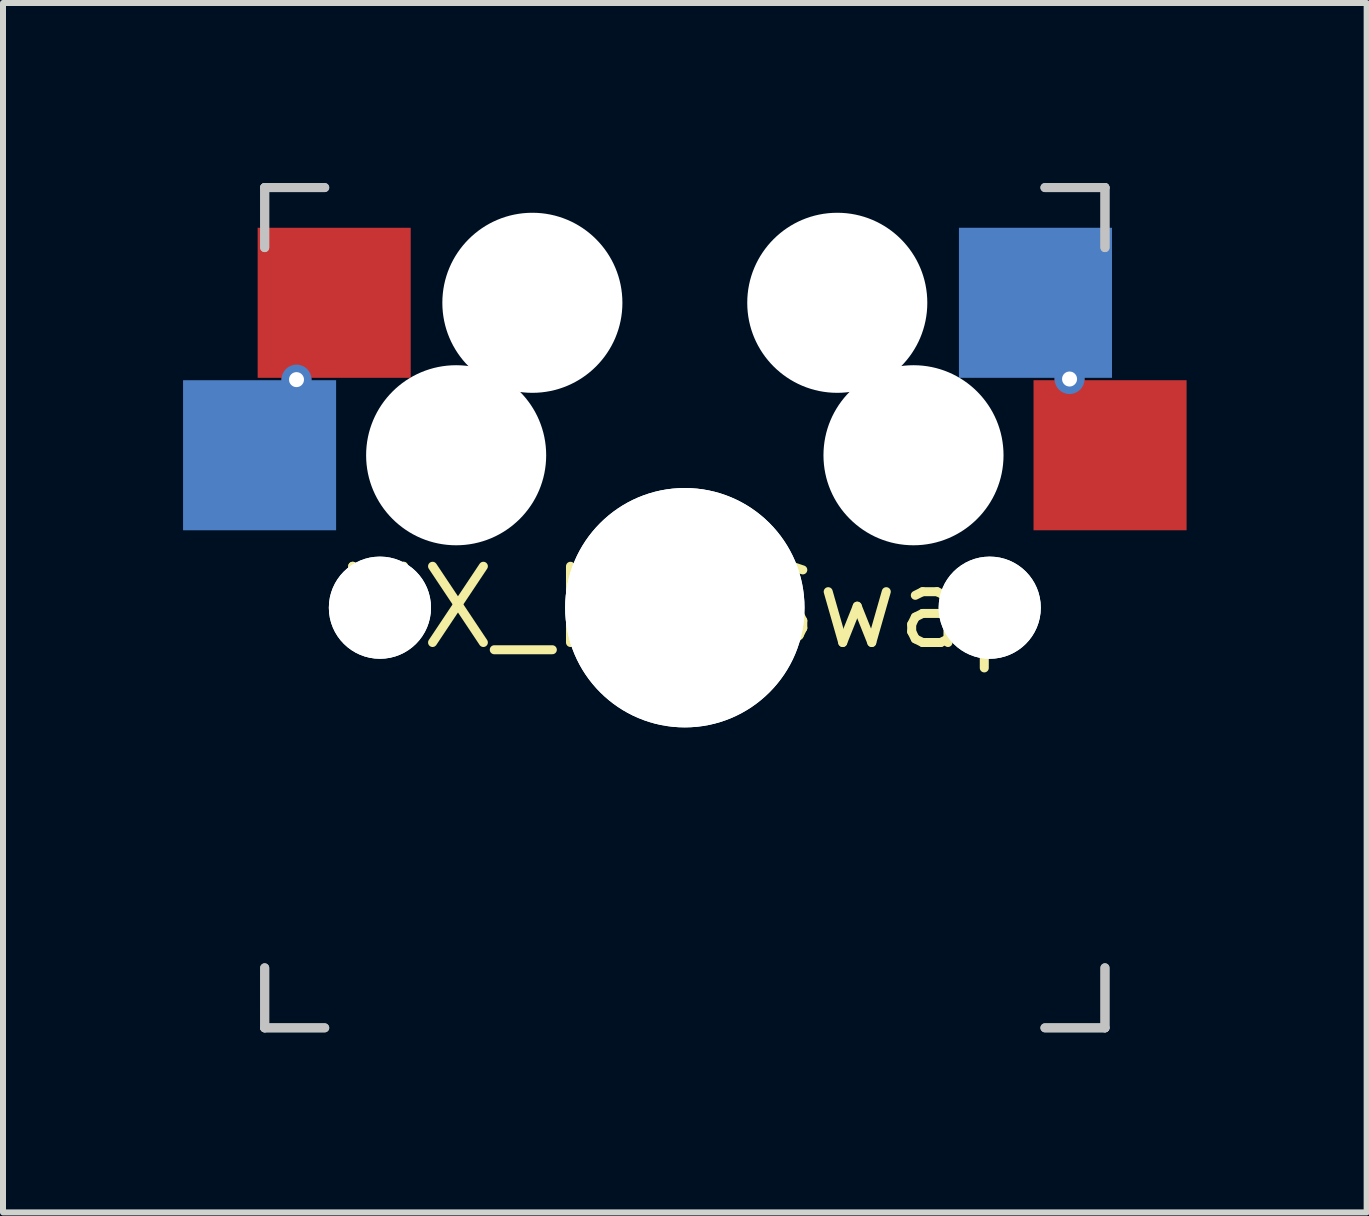
<source format=kicad_pcb>
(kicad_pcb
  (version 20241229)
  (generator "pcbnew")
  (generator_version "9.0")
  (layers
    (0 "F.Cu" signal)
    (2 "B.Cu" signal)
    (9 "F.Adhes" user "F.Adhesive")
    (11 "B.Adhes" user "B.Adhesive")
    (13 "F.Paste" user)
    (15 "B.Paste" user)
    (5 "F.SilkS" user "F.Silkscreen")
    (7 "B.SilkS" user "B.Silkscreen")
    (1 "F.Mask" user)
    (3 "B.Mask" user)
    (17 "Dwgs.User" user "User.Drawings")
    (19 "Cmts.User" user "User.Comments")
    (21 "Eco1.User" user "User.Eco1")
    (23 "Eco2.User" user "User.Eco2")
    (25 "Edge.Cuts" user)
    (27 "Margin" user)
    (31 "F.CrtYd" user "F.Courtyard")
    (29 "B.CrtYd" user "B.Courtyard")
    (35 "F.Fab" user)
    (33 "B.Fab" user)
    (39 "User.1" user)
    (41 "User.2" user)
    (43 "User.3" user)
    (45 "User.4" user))
  (footprint "MX_HotSwap"
    (layer "F.Cu")
    (at 8.36 7.075)
    (property "Reference" "MX_HotSwap" (at 0 0 0) (layer "F.SilkS") (effects (font (size 1.27 1.27) (thickness 0.15))))
    (attr through_hole)
    (fp_line (start -7 -7) (end -7 -6) (stroke (width 0.15) (type solid)) (layer "Dwgs.User"))
    (fp_line (start -7 -7) (end -6 -7) (stroke (width 0.15) (type solid)) (layer "Dwgs.User"))
    (fp_line (start -7 -6) (end -7 -7) (stroke (width 0.15) (type solid)) (layer "Dwgs.User"))
    (fp_line (start -7 6) (end -7 7) (stroke (width 0.15) (type solid)) (layer "Dwgs.User"))
    (fp_line (start -7 7) (end -7 6) (stroke (width 0.15) (type solid)) (layer "Dwgs.User"))
    (fp_line (start -7 7) (end -6 7) (stroke (width 0.15) (type solid)) (layer "Dwgs.User"))
    (fp_line (start -6 -7) (end -7 -7) (stroke (width 0.15) (type solid)) (layer "Dwgs.User"))
    (fp_line (start -6 7) (end -7 7) (stroke (width 0.15) (type solid)) (layer "Dwgs.User"))
    (fp_line (start 6 -7) (end 7 -7) (stroke (width 0.15) (type solid)) (layer "Dwgs.User"))
    (fp_line (start 6 7) (end 7 7) (stroke (width 0.15) (type solid)) (layer "Dwgs.User"))
    (fp_line (start 7 -7) (end 6 -7) (stroke (width 0.15) (type solid)) (layer "Dwgs.User"))
    (fp_line (start 7 -7) (end 7 -6) (stroke (width 0.15) (type solid)) (layer "Dwgs.User"))
    (fp_line (start 7 -6) (end 7 -7) (stroke (width 0.15) (type solid)) (layer "Dwgs.User"))
    (fp_line (start 7 6) (end 7 7) (stroke (width 0.15) (type solid)) (layer "Dwgs.User"))
    (fp_line (start 7 7) (end 6 7) (stroke (width 0.15) (type solid)) (layer "Dwgs.User"))
    (fp_line (start 7 7) (end 7 6) (stroke (width 0.15) (type solid)) (layer "Dwgs.User"))
    (pad "" np_thru_hole circle (at -5.08 0) (size 1.702 1.702) (drill 1.702) (layers "*.Cu" "*.Mask"))
    (pad "" np_thru_hole circle (at -5.08 0) (size 1.702 1.702) (drill 1.702) (layers "*.Cu" "*.Mask"))
    (pad "" np_thru_hole circle (at -3.81 -2.54) (size 3 3) (drill 3) (layers "*.Cu" "*.Mask"))
    (pad "" np_thru_hole circle (at -2.54 -5.08) (size 3 3) (drill 3) (layers "*.Cu" "*.Mask"))
    (pad "" np_thru_hole circle (at 0 0) (size 3.988 3.988) (drill 3.988) (layers "*.Cu" "*.Mask"))
    (pad "" np_thru_hole circle (at 0 0) (size 3.988 3.988) (drill 3.988) (layers "*.Cu" "*.Mask"))
    (pad "" np_thru_hole circle (at 2.54 -5.08) (size 3 3) (drill 3) (layers "*.Cu" "*.Mask"))
    (pad "" np_thru_hole circle (at 3.81 -2.54) (size 3 3) (drill 3) (layers "*.Cu" "*.Mask"))
    (pad "" np_thru_hole circle (at 5.08 0) (size 1.702 1.702) (drill 1.702) (layers "*.Cu" "*.Mask"))
    (pad "" np_thru_hole circle (at 5.08 0) (size 1.702 1.702) (drill 1.702) (layers "*.Cu" "*.Mask"))
    (pad "1" smd rect (at -7.085 -2.54) (size 2.55 2.5) (layers "B.Cu" "B.Mask" "B.Paste"))
    (pad "1" thru_hole circle (at -6.47 -3.8) (size 0.5 0.5) (drill 0.25) (layers "*.Cu" "*.Mask"))
    (pad "1" smd rect (at -5.842 -5.08) (size 2.55 2.5) (layers "F.Cu" "F.Mask" "F.Paste"))
    (pad "2" smd rect (at 5.842 -5.08) (size 2.55 2.5) (layers "B.Cu" "B.Mask" "B.Paste"))
    (pad "2" thru_hole circle (at 6.41 -3.81) (size 0.5 0.5) (drill 0.25) (layers "*.Cu" "*.Mask"))
    (pad "2" smd rect (at 7.085 -2.54) (size 2.55 2.5) (layers "F.Cu" "F.Mask" "F.Paste")))
  (gr_rect
    (start -3 -3)
    (end 19.72 17.15)
    (stroke (width 0.1) (type default))
    (fill no)
    (layer "Edge.Cuts")))
</source>
